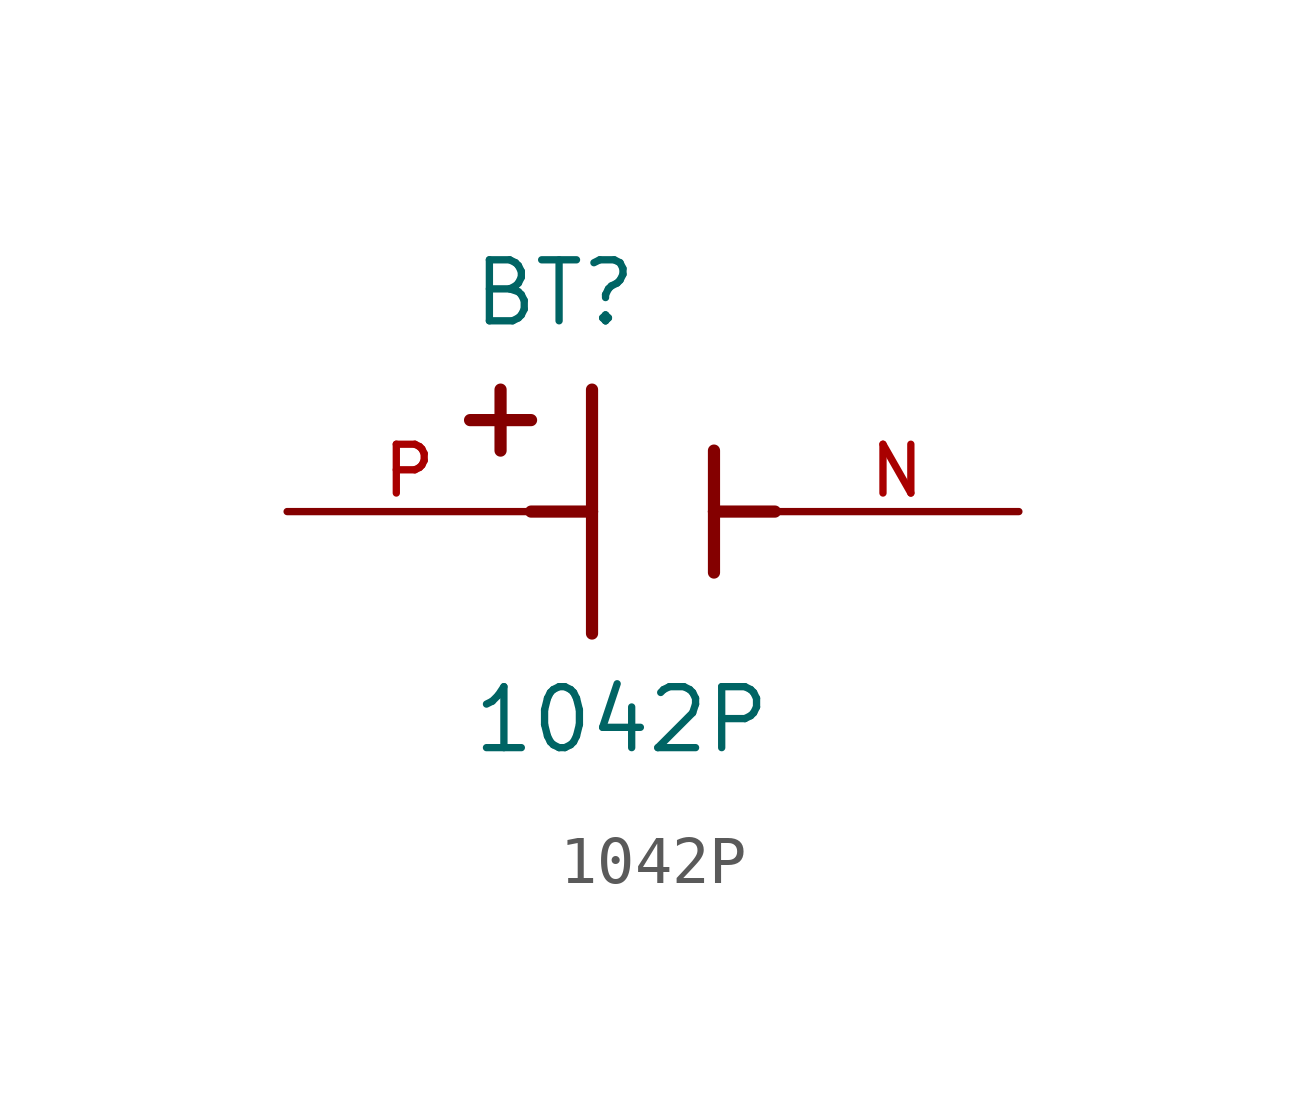
<source format=kicad_sym>
(kicad_symbol_lib
  (version 20211014)
  (generator kicad_symbol_editor)
  (symbol "1042P"
    (pin_names
      (offset 1.016))
    (property "Reference" "BT"
      (at -3.81 3.81 0)
      (effects (font (size 1.27 1.27)) (justify bottom left)))
    (property "Value" "1042P"
      (at -3.81 -5.08 0)
      (effects (font (size 1.27 1.27)) (justify bottom left)))
    (symbol "1042P_0_0"
      (polyline (pts (xy -1.27 2.54) (xy -1.27 0.0)) (stroke (width 0.254)))
      (polyline (pts (xy -1.27 0.0) (xy -1.27 -2.54)) (stroke (width 0.254)))
      (polyline (pts (xy 1.27 1.27) (xy 1.27 0.0)) (stroke (width 0.254)))
      (polyline (pts (xy 1.27 0.0) (xy 1.27 -1.27)) (stroke (width 0.254)))
      (polyline (pts (xy -1.27 0.0) (xy -2.54 0.0)) (stroke (width 0.254)))
      (polyline (pts (xy 1.27 0.0) (xy 2.54 0.0)) (stroke (width 0.254)))
      (polyline (pts (xy -3.175 2.54) (xy -3.175 1.27)) (stroke (width 0.254)))
      (polyline (pts (xy -3.81 1.905) (xy -2.54 1.905)) (stroke (width 0.254)))
      (pin passive line (at -7.62 0.0 0) (length 5.08) (name "~" (effects (font (size 1.016 1.016)))) (number "P" (effects (font (size 1.016 1.016)))))
      (pin passive line (at 7.62 0.0 180.0) (length 5.08) (name "~" (effects (font (size 1.016 1.016)))) (number "N" (effects (font (size 1.016 1.016))))))))
</source>
